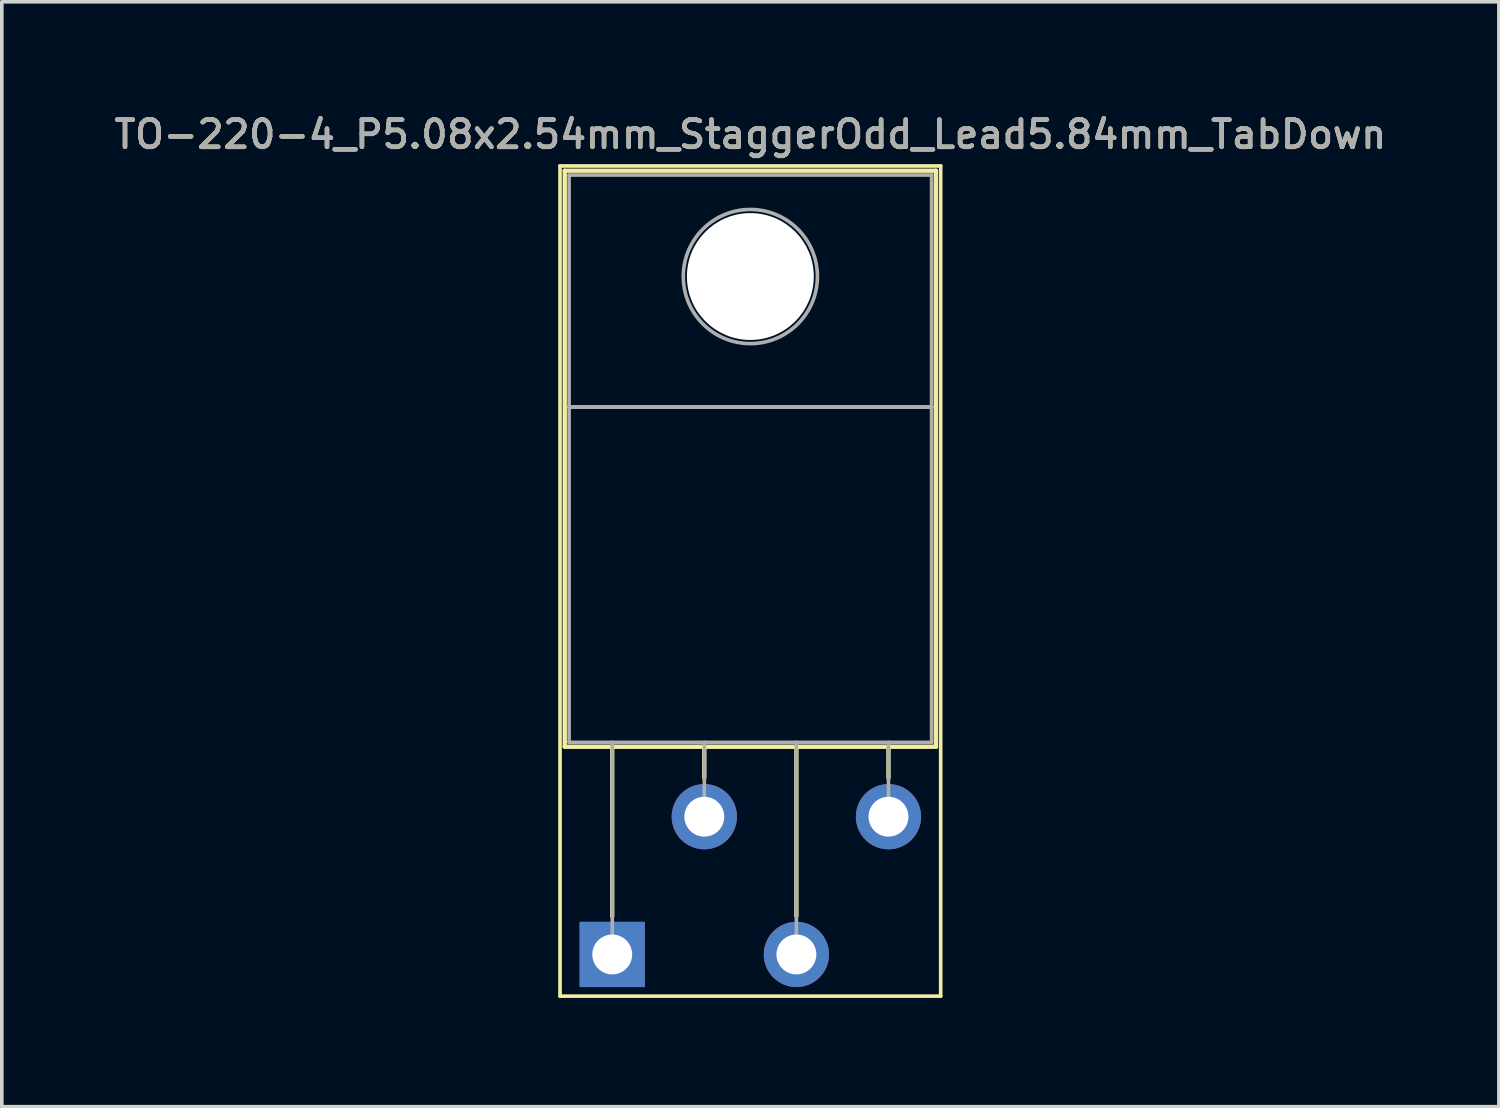
<source format=kicad_pcb>
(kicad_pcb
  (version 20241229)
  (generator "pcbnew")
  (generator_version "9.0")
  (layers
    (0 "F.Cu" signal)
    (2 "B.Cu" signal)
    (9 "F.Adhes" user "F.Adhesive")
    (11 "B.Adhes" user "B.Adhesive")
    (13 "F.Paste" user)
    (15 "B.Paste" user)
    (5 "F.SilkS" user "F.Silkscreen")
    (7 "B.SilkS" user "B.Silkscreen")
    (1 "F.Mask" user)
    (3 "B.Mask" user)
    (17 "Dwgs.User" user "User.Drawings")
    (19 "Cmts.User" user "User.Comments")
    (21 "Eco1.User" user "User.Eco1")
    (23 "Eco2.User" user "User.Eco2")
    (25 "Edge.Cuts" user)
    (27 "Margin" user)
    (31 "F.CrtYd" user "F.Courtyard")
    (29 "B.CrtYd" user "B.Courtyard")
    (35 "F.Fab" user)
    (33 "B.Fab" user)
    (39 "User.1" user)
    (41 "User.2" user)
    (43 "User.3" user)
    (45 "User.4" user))
  (footprint "TO-220-4_P5.08x2.54mm_StaggerOdd_Lead5.84mm_TabDown"
    (layer "F.Cu")
    (at 13.838 23.278)
    (property "Reference" "TO-220-4_P5.08x2.54mm_StaggerOdd_Lead5.84mm_TabDown" (at 3.81 -22.62 0) (layer "F.SilkS") (effects (font (size 0.75 0.75) (thickness 0.125))))
    (attr through_hole)
    (fp_line (start -1.44 -21.75) (end -1.44 1.15) (stroke (width 0.1) (type solid)) (layer "F.SilkS"))
    (fp_line (start -1.44 1.15) (end 9.06 1.15) (stroke (width 0.1) (type solid)) (layer "F.SilkS"))
    (fp_line (start -1.31 -21.62) (end -1.31 -5.73) (stroke (width 0.12) (type solid)) (layer "F.SilkS"))
    (fp_line (start -1.31 -21.62) (end 8.93 -21.62) (stroke (width 0.12) (type solid)) (layer "F.SilkS"))
    (fp_line (start -1.31 -5.73) (end 8.93 -5.73) (stroke (width 0.12) (type solid)) (layer "F.SilkS"))
    (fp_line (start 0 -5.73) (end 0 -1.05) (stroke (width 0.12) (type solid)) (layer "F.SilkS"))
    (fp_line (start 2.54 -5.73) (end 2.54 -4.866) (stroke (width 0.12) (type solid)) (layer "F.SilkS"))
    (fp_line (start 5.08 -5.73) (end 5.08 -1.065) (stroke (width 0.12) (type solid)) (layer "F.SilkS"))
    (fp_line (start 7.62 -5.73) (end 7.62 -4.866) (stroke (width 0.12) (type solid)) (layer "F.SilkS"))
    (fp_line (start 8.93 -21.62) (end 8.93 -5.73) (stroke (width 0.12) (type solid)) (layer "F.SilkS"))
    (fp_line (start 9.06 -21.75) (end -1.44 -21.75) (stroke (width 0.1) (type solid)) (layer "F.SilkS"))
    (fp_line (start 9.06 1.15) (end 9.06 -21.75) (stroke (width 0.1) (type solid)) (layer "F.SilkS"))
    (fp_line (start -1.19 -21.5) (end 8.81 -21.5) (stroke (width 0.1) (type solid)) (layer "F.Fab"))
    (fp_line (start -1.19 -15.1) (end -1.19 -21.5) (stroke (width 0.1) (type solid)) (layer "F.Fab"))
    (fp_line (start -1.19 -15.1) (end 8.81 -15.1) (stroke (width 0.1) (type solid)) (layer "F.Fab"))
    (fp_line (start -1.19 -5.85) (end -1.19 -15.1) (stroke (width 0.1) (type solid)) (layer "F.Fab"))
    (fp_line (start 0 -5.85) (end 0 0) (stroke (width 0.1) (type solid)) (layer "F.Fab"))
    (fp_line (start 2.54 -5.85) (end 2.54 -3.8) (stroke (width 0.1) (type solid)) (layer "F.Fab"))
    (fp_line (start 5.08 -5.85) (end 5.08 0) (stroke (width 0.1) (type solid)) (layer "F.Fab"))
    (fp_line (start 7.62 -5.85) (end 7.62 -3.8) (stroke (width 0.1) (type solid)) (layer "F.Fab"))
    (fp_line (start 8.81 -21.5) (end 8.81 -15.1) (stroke (width 0.1) (type solid)) (layer "F.Fab"))
    (fp_line (start 8.81 -15.1) (end -1.19 -15.1) (stroke (width 0.1) (type solid)) (layer "F.Fab"))
    (fp_line (start 8.81 -15.1) (end 8.81 -5.85) (stroke (width 0.1) (type solid)) (layer "F.Fab"))
    (fp_line (start 8.81 -5.85) (end -1.19 -5.85) (stroke (width 0.1) (type solid)) (layer "F.Fab"))
    (fp_circle (center 3.81 -18.7) (end 5.66 -18.7) (stroke (width 0.1) (type solid)) (fill no) (layer "F.Fab"))
    (fp_text user "${REFERENCE}" (at 3.81 -22.62 0) (layer "F.Fab") (effects (font (size 0.75 0.75) (thickness 0.125))))
    (pad "" np_thru_hole oval (at 3.81 -18.7) (size 3.5 3.5) (drill 3.5) (layers "*.Cu" "*.Mask"))
    (pad "1" thru_hole rect (at 0 0) (size 1.8 1.8) (drill 1.1) (layers "*.Cu" "*.Mask"))
    (pad "2" thru_hole oval (at 2.54 -3.8) (size 1.8 1.8) (drill 1.1) (layers "*.Cu" "*.Mask"))
    (pad "3" thru_hole oval (at 5.08 0) (size 1.8 1.8) (drill 1.1) (layers "*.Cu" "*.Mask"))
    (pad "4" thru_hole oval (at 7.62 -3.8) (size 1.8 1.8) (drill 1.1) (layers "*.Cu" "*.Mask")))
  (gr_rect
    (start -3 -3)
    (end 38.296 27.478)
    (stroke (width 0.1) (type default))
    (fill no)
    (layer "Edge.Cuts")))
</source>
